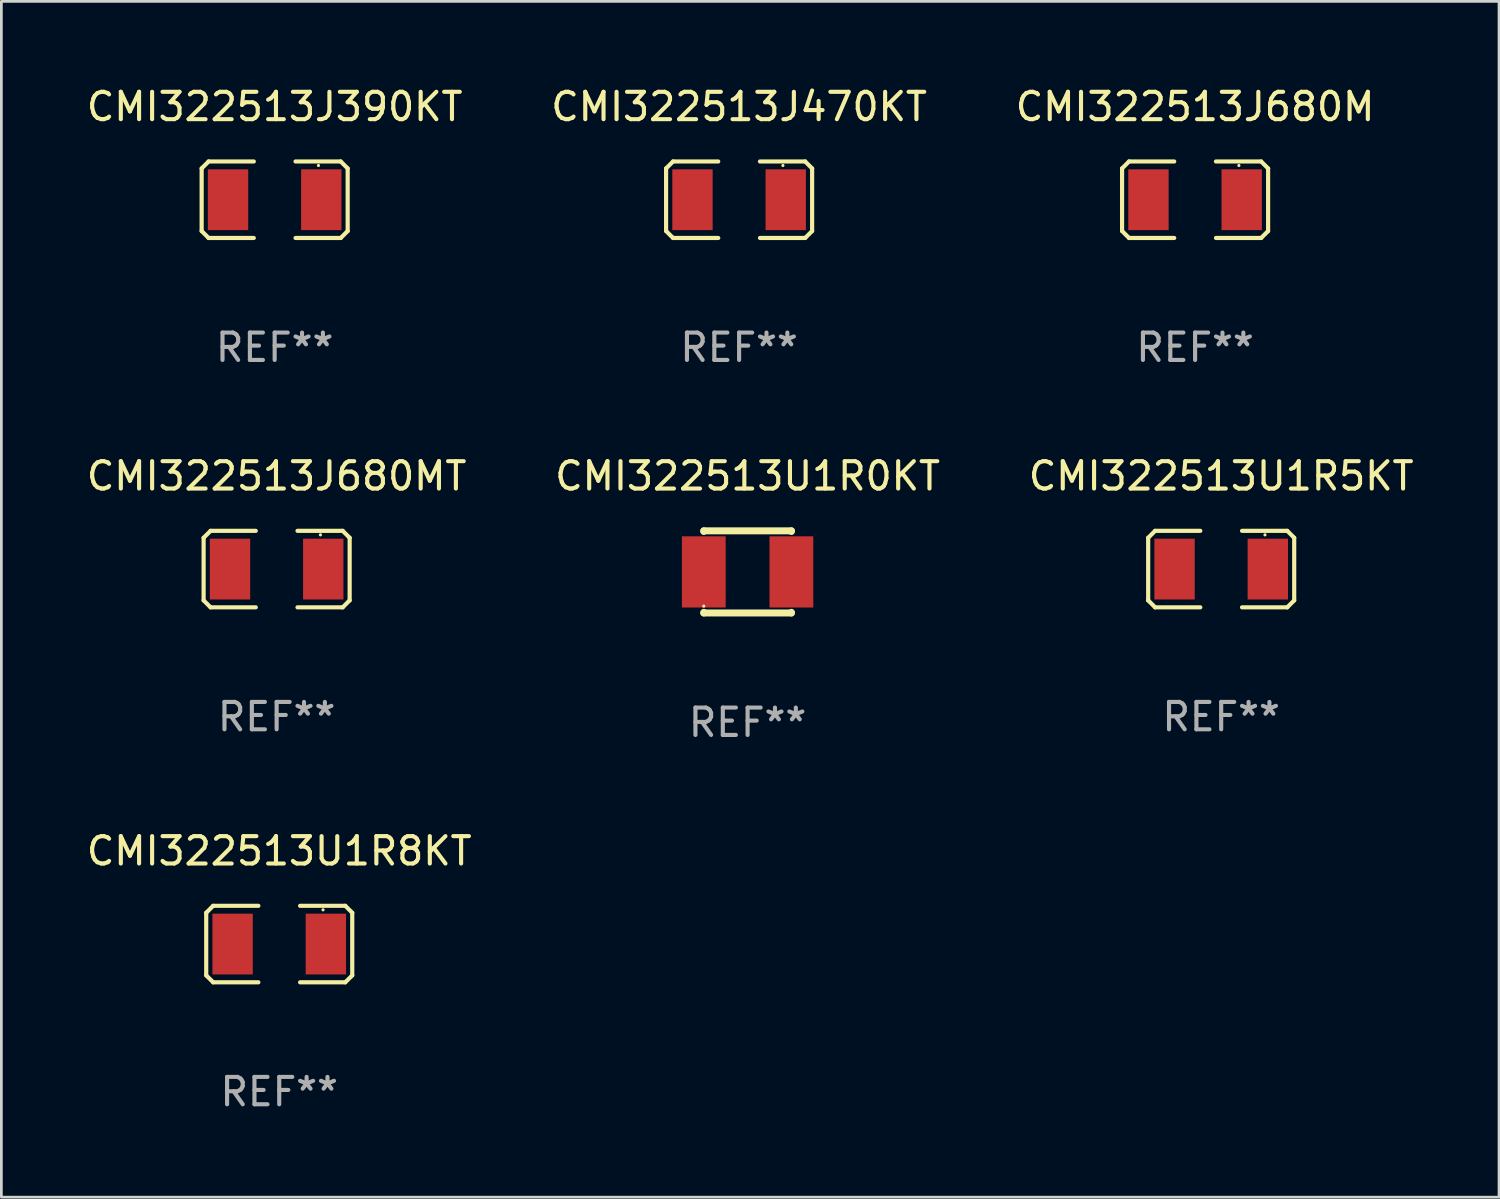
<source format=kicad_pcb>
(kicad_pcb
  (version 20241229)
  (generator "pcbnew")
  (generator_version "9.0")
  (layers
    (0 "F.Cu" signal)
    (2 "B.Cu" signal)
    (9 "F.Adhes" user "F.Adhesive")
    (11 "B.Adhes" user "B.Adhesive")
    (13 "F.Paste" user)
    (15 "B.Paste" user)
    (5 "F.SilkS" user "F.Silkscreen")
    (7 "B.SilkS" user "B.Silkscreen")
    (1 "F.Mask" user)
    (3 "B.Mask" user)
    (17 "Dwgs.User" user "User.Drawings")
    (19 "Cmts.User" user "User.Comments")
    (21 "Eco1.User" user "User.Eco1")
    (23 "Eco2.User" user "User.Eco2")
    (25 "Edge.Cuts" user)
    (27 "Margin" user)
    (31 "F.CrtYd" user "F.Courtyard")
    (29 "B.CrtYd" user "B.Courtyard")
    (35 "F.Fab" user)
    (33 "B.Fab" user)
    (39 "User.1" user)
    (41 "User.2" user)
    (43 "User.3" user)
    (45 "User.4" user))
  (footprint "CMI322513U1R8KT"
    (layer "F.Cu")
    (at 7.149 31.432)
    (property "Reference" "CMI322513U1R8KT" (at 0 -3.397 0) (layer "F.SilkS") (effects (font (size 1 1) (thickness 0.15))))
    (attr through_hole)
    (fp_line (start -2.667 -1.143) (end -2.413 -1.397) (stroke (width 0.152) (type solid)) (layer "F.SilkS"))
    (fp_line (start -2.667 1.143) (end -2.667 -1.143) (stroke (width 0.152) (type solid)) (layer "F.SilkS"))
    (fp_line (start -2.413 -1.397) (end -0.762 -1.397) (stroke (width 0.152) (type solid)) (layer "F.SilkS"))
    (fp_line (start -2.413 1.397) (end -2.667 1.143) (stroke (width 0.152) (type solid)) (layer "F.SilkS"))
    (fp_line (start -0.762 1.397) (end -2.413 1.397) (stroke (width 0.152) (type solid)) (layer "F.SilkS"))
    (fp_line (start 0.762 -1.397) (end 2.413 -1.397) (stroke (width 0.152) (type solid)) (layer "F.SilkS"))
    (fp_line (start 2.413 -1.397) (end 2.667 -1.143) (stroke (width 0.152) (type solid)) (layer "F.SilkS"))
    (fp_line (start 2.413 1.397) (end 0.762 1.397) (stroke (width 0.152) (type solid)) (layer "F.SilkS"))
    (fp_line (start 2.667 -1.143) (end 2.667 1.143) (stroke (width 0.152) (type solid)) (layer "F.SilkS"))
    (fp_line (start 2.667 1.143) (end 2.413 1.397) (stroke (width 0.152) (type solid)) (layer "F.SilkS"))
    (fp_circle (center 1.6 -1.25) (end 1.63 -1.25) (stroke (width 0.06) (type solid)) (fill no) (layer "F.SilkS"))
    (fp_text user "REF**" (at 0 5.397 0) (layer "F.Fab") (effects (font (size 1 1) (thickness 0.15))))
    (pad "1" smd rect (at 1.703 0) (size 1.474 2.22) (layers "F.Cu" "F.Mask" "F.Paste"))
    (pad "2" smd rect (at -1.703 0) (size 1.474 2.22) (layers "F.Cu" "F.Mask" "F.Paste")))
  (footprint "CMI322513J470KT"
    (layer "F.Cu")
    (at 23.946 4.245)
    (property "Reference" "CMI322513J470KT" (at 0 -3.397 0) (layer "F.SilkS") (effects (font (size 1 1) (thickness 0.15))))
    (attr through_hole)
    (fp_line (start -2.667 -1.143) (end -2.413 -1.397) (stroke (width 0.152) (type solid)) (layer "F.SilkS"))
    (fp_line (start -2.667 1.143) (end -2.667 -1.143) (stroke (width 0.152) (type solid)) (layer "F.SilkS"))
    (fp_line (start -2.413 -1.397) (end -0.762 -1.397) (stroke (width 0.152) (type solid)) (layer "F.SilkS"))
    (fp_line (start -2.413 1.397) (end -2.667 1.143) (stroke (width 0.152) (type solid)) (layer "F.SilkS"))
    (fp_line (start -0.762 1.397) (end -2.413 1.397) (stroke (width 0.152) (type solid)) (layer "F.SilkS"))
    (fp_line (start 0.762 -1.397) (end 2.413 -1.397) (stroke (width 0.152) (type solid)) (layer "F.SilkS"))
    (fp_line (start 2.413 -1.397) (end 2.667 -1.143) (stroke (width 0.152) (type solid)) (layer "F.SilkS"))
    (fp_line (start 2.413 1.397) (end 0.762 1.397) (stroke (width 0.152) (type solid)) (layer "F.SilkS"))
    (fp_line (start 2.667 -1.143) (end 2.667 1.143) (stroke (width 0.152) (type solid)) (layer "F.SilkS"))
    (fp_line (start 2.667 1.143) (end 2.413 1.397) (stroke (width 0.152) (type solid)) (layer "F.SilkS"))
    (fp_circle (center 1.6 -1.25) (end 1.63 -1.25) (stroke (width 0.06) (type solid)) (fill no) (layer "F.SilkS"))
    (fp_text user "REF**" (at 0 5.397 0) (layer "F.Fab") (effects (font (size 1 1) (thickness 0.15))))
    (pad "1" smd rect (at 1.703 0) (size 1.474 2.22) (layers "F.Cu" "F.Mask" "F.Paste"))
    (pad "2" smd rect (at -1.703 0) (size 1.474 2.22) (layers "F.Cu" "F.Mask" "F.Paste")))
  (footprint "CMI322513U1R0KT"
    (layer "F.Cu")
    (at 24.256 17.839)
    (property "Reference" "CMI322513U1R0KT" (at 0 -3.5 0) (layer "F.SilkS") (effects (font (size 1 1) (thickness 0.15))))
    (attr through_hole)
    (fp_line (start -1.6 -1.5) (end 1.6 -1.5) (stroke (width 0.254) (type solid)) (layer "F.SilkS"))
    (fp_line (start -1.6 -1.476) (end -1.6 -1.5) (stroke (width 0.254) (type solid)) (layer "F.SilkS"))
    (fp_line (start -1.6 1.5) (end -1.6 1.476) (stroke (width 0.254) (type solid)) (layer "F.SilkS"))
    (fp_line (start -1.6 1.5) (end 1.6 1.5) (stroke (width 0.254) (type solid)) (layer "F.SilkS"))
    (fp_line (start 1.6 -1.5) (end 1.6 -1.476) (stroke (width 0.254) (type solid)) (layer "F.SilkS"))
    (fp_line (start 1.6 1.476) (end 1.6 1.5) (stroke (width 0.254) (type solid)) (layer "F.SilkS"))
    (fp_circle (center -1.6 1.25) (end -1.57 1.25) (stroke (width 0.06) (type solid)) (fill no) (layer "F.SilkS"))
    (fp_text user "REF**" (at 0 5.5 0) (layer "F.Fab") (effects (font (size 1 1) (thickness 0.15))))
    (pad "1" smd rect (at -1.6 0 90) (size 2.6 1.6) (layers "F.Cu" "F.Mask" "F.Paste"))
    (pad "2" smd rect (at 1.6 0 90) (size 2.6 1.6) (layers "F.Cu" "F.Mask" "F.Paste")))
  (footprint "CMI322513J680M"
    (layer "F.Cu")
    (at 40.601 4.245)
    (property "Reference" "CMI322513J680M" (at 0 -3.397 0) (layer "F.SilkS") (effects (font (size 1 1) (thickness 0.15))))
    (attr through_hole)
    (fp_line (start -2.667 -1.143) (end -2.413 -1.397) (stroke (width 0.152) (type solid)) (layer "F.SilkS"))
    (fp_line (start -2.667 1.143) (end -2.667 -1.143) (stroke (width 0.152) (type solid)) (layer "F.SilkS"))
    (fp_line (start -2.413 -1.397) (end -0.762 -1.397) (stroke (width 0.152) (type solid)) (layer "F.SilkS"))
    (fp_line (start -2.413 1.397) (end -2.667 1.143) (stroke (width 0.152) (type solid)) (layer "F.SilkS"))
    (fp_line (start -0.762 1.397) (end -2.413 1.397) (stroke (width 0.152) (type solid)) (layer "F.SilkS"))
    (fp_line (start 0.762 -1.397) (end 2.413 -1.397) (stroke (width 0.152) (type solid)) (layer "F.SilkS"))
    (fp_line (start 2.413 -1.397) (end 2.667 -1.143) (stroke (width 0.152) (type solid)) (layer "F.SilkS"))
    (fp_line (start 2.413 1.397) (end 0.762 1.397) (stroke (width 0.152) (type solid)) (layer "F.SilkS"))
    (fp_line (start 2.667 -1.143) (end 2.667 1.143) (stroke (width 0.152) (type solid)) (layer "F.SilkS"))
    (fp_line (start 2.667 1.143) (end 2.413 1.397) (stroke (width 0.152) (type solid)) (layer "F.SilkS"))
    (fp_circle (center 1.6 -1.25) (end 1.63 -1.25) (stroke (width 0.06) (type solid)) (fill no) (layer "F.SilkS"))
    (fp_text user "REF**" (at 0 5.397 0) (layer "F.Fab") (effects (font (size 1 1) (thickness 0.15))))
    (pad "1" smd rect (at 1.703 0) (size 1.474 2.22) (layers "F.Cu" "F.Mask" "F.Paste"))
    (pad "2" smd rect (at -1.703 0) (size 1.474 2.22) (layers "F.Cu" "F.Mask" "F.Paste")))
  (footprint "CMI322513J390KT"
    (layer "F.Cu")
    (at 6.982 4.245)
    (property "Reference" "CMI322513J390KT" (at 0 -3.397 0) (layer "F.SilkS") (effects (font (size 1 1) (thickness 0.15))))
    (attr through_hole)
    (fp_line (start -2.667 -1.143) (end -2.413 -1.397) (stroke (width 0.152) (type solid)) (layer "F.SilkS"))
    (fp_line (start -2.667 1.143) (end -2.667 -1.143) (stroke (width 0.152) (type solid)) (layer "F.SilkS"))
    (fp_line (start -2.413 -1.397) (end -0.762 -1.397) (stroke (width 0.152) (type solid)) (layer "F.SilkS"))
    (fp_line (start -2.413 1.397) (end -2.667 1.143) (stroke (width 0.152) (type solid)) (layer "F.SilkS"))
    (fp_line (start -0.762 1.397) (end -2.413 1.397) (stroke (width 0.152) (type solid)) (layer "F.SilkS"))
    (fp_line (start 0.762 -1.397) (end 2.413 -1.397) (stroke (width 0.152) (type solid)) (layer "F.SilkS"))
    (fp_line (start 2.413 -1.397) (end 2.667 -1.143) (stroke (width 0.152) (type solid)) (layer "F.SilkS"))
    (fp_line (start 2.413 1.397) (end 0.762 1.397) (stroke (width 0.152) (type solid)) (layer "F.SilkS"))
    (fp_line (start 2.667 -1.143) (end 2.667 1.143) (stroke (width 0.152) (type solid)) (layer "F.SilkS"))
    (fp_line (start 2.667 1.143) (end 2.413 1.397) (stroke (width 0.152) (type solid)) (layer "F.SilkS"))
    (fp_circle (center 1.6 -1.25) (end 1.63 -1.25) (stroke (width 0.06) (type solid)) (fill no) (layer "F.SilkS"))
    (fp_text user "REF**" (at 0 5.397 0) (layer "F.Fab") (effects (font (size 1 1) (thickness 0.15))))
    (pad "1" smd rect (at 1.703 0) (size 1.474 2.22) (layers "F.Cu" "F.Mask" "F.Paste"))
    (pad "2" smd rect (at -1.703 0) (size 1.474 2.22) (layers "F.Cu" "F.Mask" "F.Paste")))
  (footprint "CMI322513J680MT"
    (layer "F.Cu")
    (at 7.054 17.736)
    (property "Reference" "CMI322513J680MT" (at 0 -3.397 0) (layer "F.SilkS") (effects (font (size 1 1) (thickness 0.15))))
    (attr through_hole)
    (fp_line (start -2.667 -1.143) (end -2.413 -1.397) (stroke (width 0.152) (type solid)) (layer "F.SilkS"))
    (fp_line (start -2.667 1.143) (end -2.667 -1.143) (stroke (width 0.152) (type solid)) (layer "F.SilkS"))
    (fp_line (start -2.413 -1.397) (end -0.762 -1.397) (stroke (width 0.152) (type solid)) (layer "F.SilkS"))
    (fp_line (start -2.413 1.397) (end -2.667 1.143) (stroke (width 0.152) (type solid)) (layer "F.SilkS"))
    (fp_line (start -0.762 1.397) (end -2.413 1.397) (stroke (width 0.152) (type solid)) (layer "F.SilkS"))
    (fp_line (start 0.762 -1.397) (end 2.413 -1.397) (stroke (width 0.152) (type solid)) (layer "F.SilkS"))
    (fp_line (start 2.413 -1.397) (end 2.667 -1.143) (stroke (width 0.152) (type solid)) (layer "F.SilkS"))
    (fp_line (start 2.413 1.397) (end 0.762 1.397) (stroke (width 0.152) (type solid)) (layer "F.SilkS"))
    (fp_line (start 2.667 -1.143) (end 2.667 1.143) (stroke (width 0.152) (type solid)) (layer "F.SilkS"))
    (fp_line (start 2.667 1.143) (end 2.413 1.397) (stroke (width 0.152) (type solid)) (layer "F.SilkS"))
    (fp_circle (center 1.6 -1.25) (end 1.63 -1.25) (stroke (width 0.06) (type solid)) (fill no) (layer "F.SilkS"))
    (fp_text user "REF**" (at 0 5.397 0) (layer "F.Fab") (effects (font (size 1 1) (thickness 0.15))))
    (pad "1" smd rect (at 1.703 0) (size 1.474 2.22) (layers "F.Cu" "F.Mask" "F.Paste"))
    (pad "2" smd rect (at -1.703 0) (size 1.474 2.22) (layers "F.Cu" "F.Mask" "F.Paste")))
  (footprint "CMI322513U1R5KT"
    (layer "F.Cu")
    (at 41.554 17.736)
    (property "Reference" "CMI322513U1R5KT" (at 0 -3.397 0) (layer "F.SilkS") (effects (font (size 1 1) (thickness 0.15))))
    (attr through_hole)
    (fp_line (start -2.667 -1.143) (end -2.413 -1.397) (stroke (width 0.152) (type solid)) (layer "F.SilkS"))
    (fp_line (start -2.667 1.143) (end -2.667 -1.143) (stroke (width 0.152) (type solid)) (layer "F.SilkS"))
    (fp_line (start -2.413 -1.397) (end -0.762 -1.397) (stroke (width 0.152) (type solid)) (layer "F.SilkS"))
    (fp_line (start -2.413 1.397) (end -2.667 1.143) (stroke (width 0.152) (type solid)) (layer "F.SilkS"))
    (fp_line (start -0.762 1.397) (end -2.413 1.397) (stroke (width 0.152) (type solid)) (layer "F.SilkS"))
    (fp_line (start 0.762 -1.397) (end 2.413 -1.397) (stroke (width 0.152) (type solid)) (layer "F.SilkS"))
    (fp_line (start 2.413 -1.397) (end 2.667 -1.143) (stroke (width 0.152) (type solid)) (layer "F.SilkS"))
    (fp_line (start 2.413 1.397) (end 0.762 1.397) (stroke (width 0.152) (type solid)) (layer "F.SilkS"))
    (fp_line (start 2.667 -1.143) (end 2.667 1.143) (stroke (width 0.152) (type solid)) (layer "F.SilkS"))
    (fp_line (start 2.667 1.143) (end 2.413 1.397) (stroke (width 0.152) (type solid)) (layer "F.SilkS"))
    (fp_circle (center 1.6 -1.25) (end 1.63 -1.25) (stroke (width 0.06) (type solid)) (fill no) (layer "F.SilkS"))
    (fp_text user "REF**" (at 0 5.397 0) (layer "F.Fab") (effects (font (size 1 1) (thickness 0.15))))
    (pad "1" smd rect (at 1.703 0) (size 1.474 2.22) (layers "F.Cu" "F.Mask" "F.Paste"))
    (pad "2" smd rect (at -1.703 0) (size 1.474 2.22) (layers "F.Cu" "F.Mask" "F.Paste")))
  (gr_rect
    (start -3 -3)
    (end 51.702 40.678)
    (stroke (width 0.1) (type default))
    (fill no)
    (layer "Edge.Cuts")))
</source>
